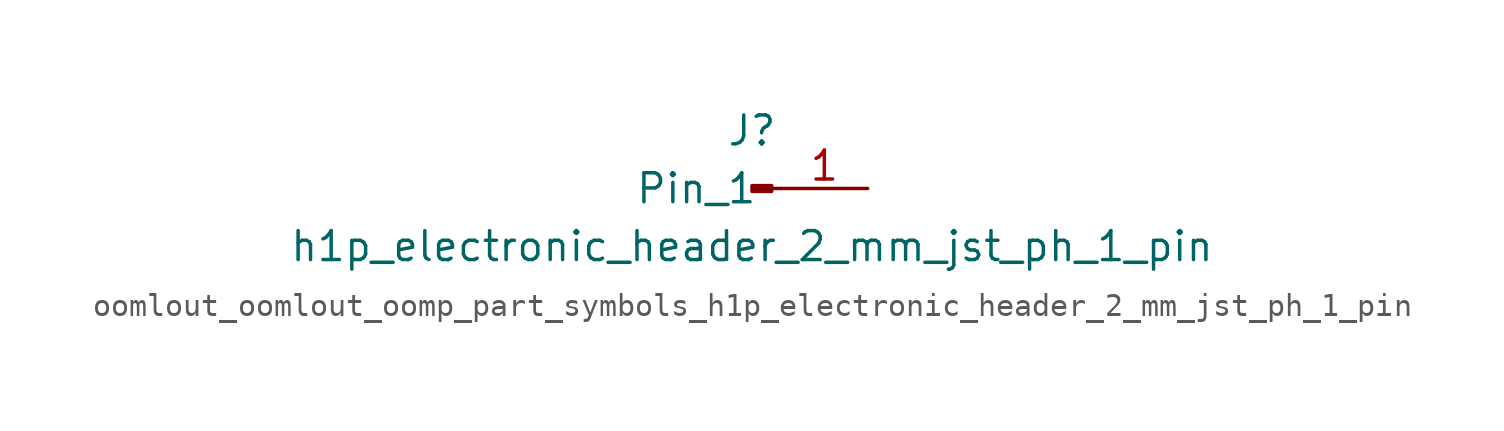
<source format=kicad_sym>
(kicad_symbol_lib
  (version 20220914)
  (generator kicad_symbol_editor)
  (symbol "oomlout_oomlout_oomp_part_symbols_h1p_electronic_header_2_mm_jst_ph_1_pin"
    (pin_names
      (offset 1.016))
    (property "Reference" "J"
      (at 0 2.54 0)
      (effects (font (size 1.27 1.27))))
    (property "Value" "h1p_electronic_header_2_mm_jst_ph_1_pin"
      (at 0 -2.54 0)
      (effects (font (size 1.27 1.27))))
    (property "ki_locked" ""
      (at 0 0 0)
      (effects (font (size 1.27 1.27))))
    (symbol "oomlout_oomlout_oomp_part_symbols_h1p_electronic_header_2_mm_jst_ph_1_pin_1_1"
      (polyline (pts (xy 1.27 0) (xy 0.864 0)) (stroke (width 0.152) (type default)) (fill (type none)))
      (rectangle (start 0.864 0.127) (end 0 -0.127) (stroke (width 0.152) (type default)) (fill (type outline)))
      (pin passive line (at 5.08 0 180) (length 3.81) (name "Pin_1" (effects (font (size 1.27 1.27)))) (number "1" (effects (font (size 1.27 1.27))))))))
</source>
